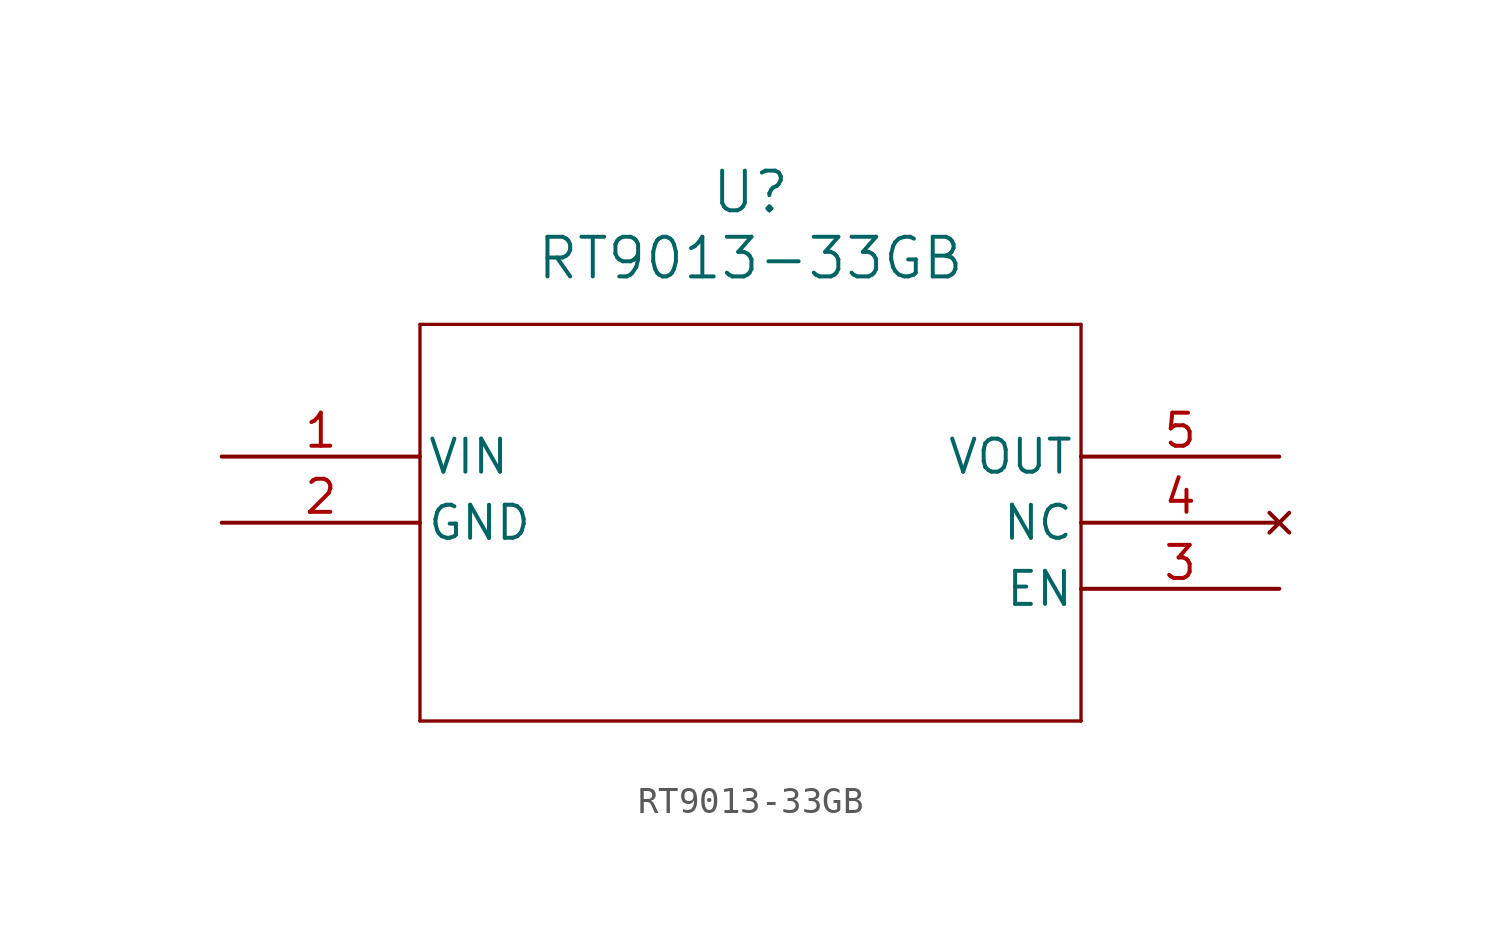
<source format=kicad_sym>
(kicad_symbol_lib
  (version 20231120)
  (generator "kicad_symbol_editor")
  (generator_version "8.0")
  (symbol "RT9013-33GB"
    (pin_names
      (offset 0.254))
    (property "Reference" "U"
      (at 20.32 10.16 0)
      (effects (font (size 1.524 1.524))))
    (property "Value" "RT9013-33GB"
      (at 20.32 7.62 0)
      (effects (font (size 1.524 1.524))))
    (property "ki_locked" ""
      (at 0 0 0)
      (effects (font (size 1.27 1.27))))
    (symbol "RT9013-33GB_0_1"
      (polyline (pts (xy 7.62 -10.16) (xy 33.02 -10.16)) (stroke (width 0.127) (type default)) (fill (type none)))
      (polyline (pts (xy 7.62 5.08) (xy 7.62 -10.16)) (stroke (width 0.127) (type default)) (fill (type none)))
      (polyline (pts (xy 33.02 -10.16) (xy 33.02 5.08)) (stroke (width 0.127) (type default)) (fill (type none)))
      (polyline (pts (xy 33.02 5.08) (xy 7.62 5.08)) (stroke (width 0.127) (type default)) (fill (type none)))
      (pin no_connect line (at 40.64 -2.54 180) (length 7.62) (name "NC" (effects (font (size 1.27 1.27)))) (number "4" (effects (font (size 1.27 1.27))))))
    (symbol "RT9013-33GB_1_1"
      (pin power_in line (at 0 0 0) (length 7.62) (name "VIN" (effects (font (size 1.27 1.27)))) (number "1" (effects (font (size 1.27 1.27)))))
      (pin power_in line (at 0 -2.54 0) (length 7.62) (name "GND" (effects (font (size 1.27 1.27)))) (number "2" (effects (font (size 1.27 1.27)))))
      (pin input line (at 40.64 -5.08 180) (length 7.62) (name "EN" (effects (font (size 1.27 1.27)))) (number "3" (effects (font (size 1.27 1.27)))))
      (pin power_out line (at 40.64 0 180) (length 7.62) (name "VOUT" (effects (font (size 1.27 1.27)))) (number "5" (effects (font (size 1.27 1.27))))))))
</source>
